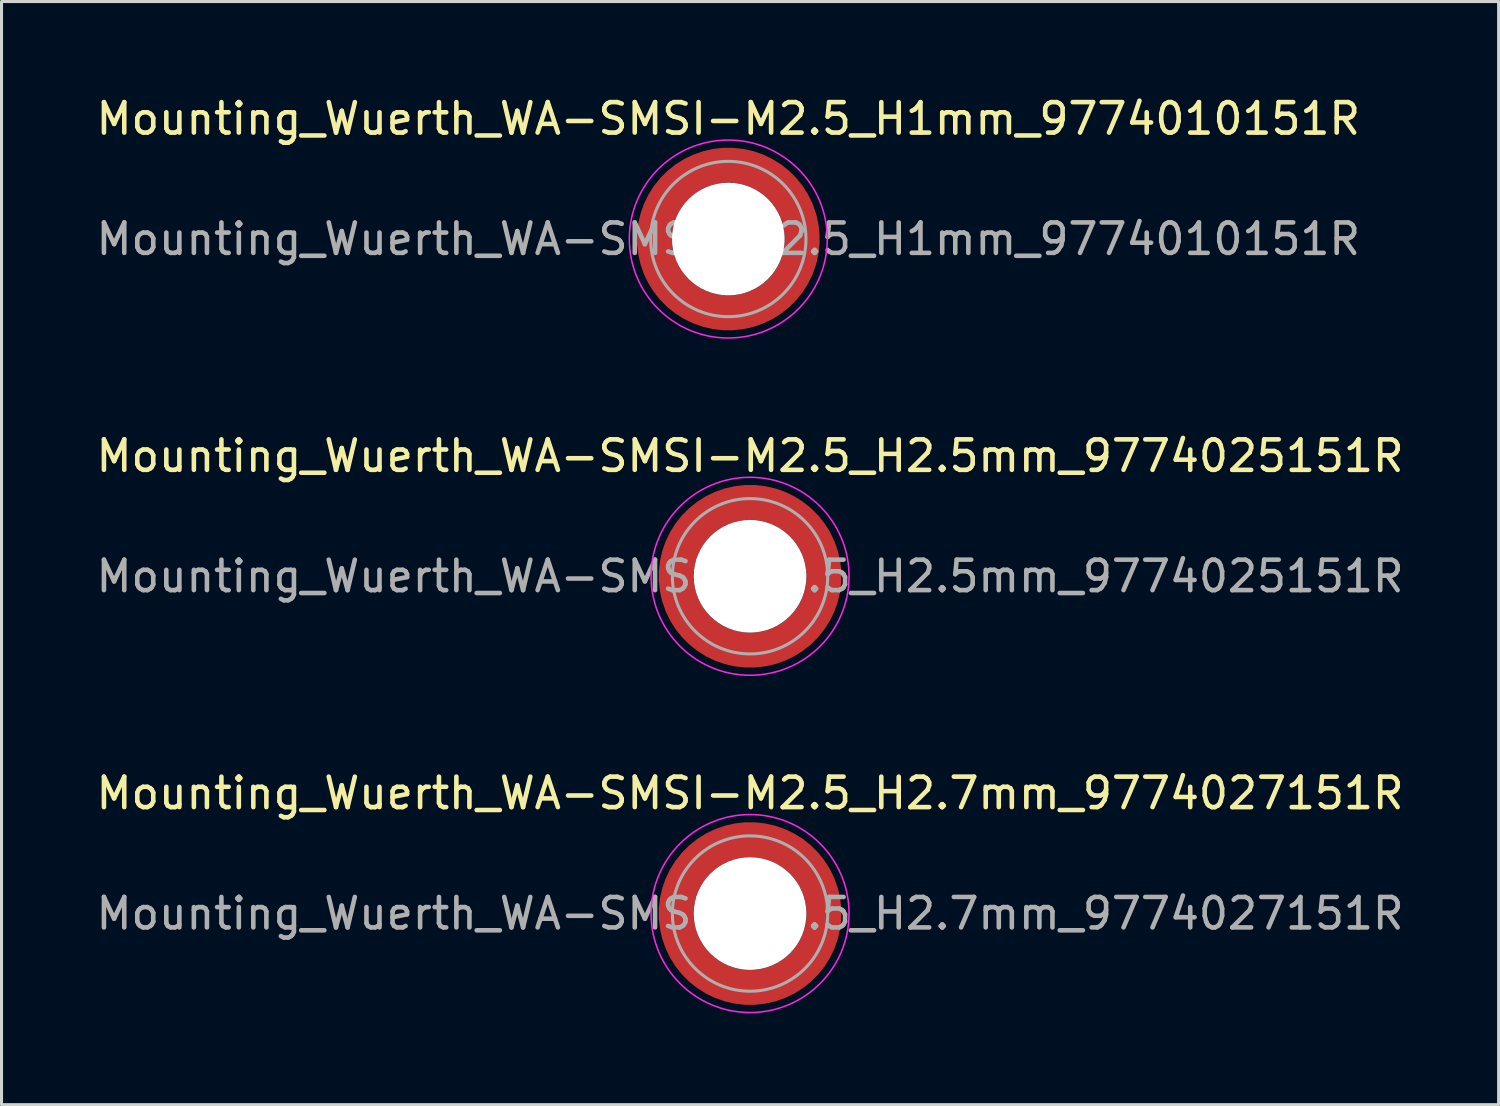
<source format=kicad_pcb>
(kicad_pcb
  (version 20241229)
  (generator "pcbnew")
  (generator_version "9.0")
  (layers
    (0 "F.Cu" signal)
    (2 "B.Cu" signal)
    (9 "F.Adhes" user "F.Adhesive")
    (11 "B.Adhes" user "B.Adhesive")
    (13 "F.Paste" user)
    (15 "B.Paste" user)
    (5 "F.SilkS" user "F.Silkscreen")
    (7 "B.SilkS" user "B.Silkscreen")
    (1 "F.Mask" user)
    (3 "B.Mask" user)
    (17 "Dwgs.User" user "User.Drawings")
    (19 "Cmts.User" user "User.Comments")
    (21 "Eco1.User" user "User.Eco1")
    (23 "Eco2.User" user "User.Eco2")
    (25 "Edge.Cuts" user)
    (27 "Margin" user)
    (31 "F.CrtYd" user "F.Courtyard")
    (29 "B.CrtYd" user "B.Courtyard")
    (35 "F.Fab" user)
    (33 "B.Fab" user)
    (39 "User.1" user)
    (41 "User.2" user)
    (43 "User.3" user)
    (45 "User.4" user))
  (footprint "Mounting_Wuerth_WA-SMSI-M2.5_H2.5mm_9774025151R"
    (layer "F.Cu")
    (at 21.577 15.871)
    (property "Reference" "Mounting_Wuerth_WA-SMSI-M2.5_H2.5mm_9774025151R" (at 0 -3.95 0) (layer "F.SilkS") (effects (font (size 1 1) (thickness 0.15))))
    (attr smd allow_soldermask_bridges)
    (fp_circle (center 0 0) (end 3.25 0) (stroke (width 0.05) (type solid)) (fill no) (layer "F.CrtYd"))
    (fp_circle (center 0 0) (end 2.55 0) (stroke (width 0.1) (type solid)) (fill no) (layer "F.Fab"))
    (fp_text user "${REFERENCE}" (at 0 0 0) (layer "F.Fab") (effects (font (size 1 1) (thickness 0.15))))
    (pad "" smd custom (at -1.704 -1.704) (size 0.51 0.51) (layers "F.Paste") (options (anchor circle)) (primitives (gr_arc (start -0.250195 1.279127) (mid 0.289914 0.289914) (end 1.279127 -0.250195) (width 0.2)) (gr_arc (start -0.34334 1.279127) (mid 0.225488 0.225488) (end 1.279127 -0.34334) (width 0.2)) (gr_arc (start -0.436309 1.279127) (mid 0.161063 0.161063) (end 1.279127 -0.436309) (width 0.2)) (gr_arc (start -0.529126 1.279127) (mid 0.096638 0.096638) (end 1.279127 -0.529126) (width 0.2)) (gr_arc (start -0.621807 1.279127) (mid 0.032213 0.032213) (end 1.279127 -0.621807) (width 0.2)) (gr_arc (start -0.71437 1.279127) (mid -0.032213 -0.032213) (end 1.279127 -0.71437) (width 0.2)) (gr_arc (start -0.806826 1.279127) (mid -0.096638 -0.096638) (end 1.279127 -0.806826) (width 0.2)) (gr_arc (start -0.899187 1.279127) (mid -0.161063 -0.161063) (end 1.279127 -0.899187) (width 0.2)) (gr_arc (start -0.991463 1.279127) (mid -0.225488 -0.225488) (end 1.279127 -0.991463) (width 0.2)) (gr_arc (start -1.083663 1.279127) (mid -0.289914 -0.289914) (end 1.279127 -1.083663) (width 0.2)) (gr_line (start 1.279 -0.25) (end 1.279 -1.084) (width 0.2)) (gr_line (start -0.25 1.279) (end -1.084 1.279) (width 0.2))))
    (pad "" smd custom (at -1.704 1.704) (size 0.51 0.51) (layers "F.Paste") (options (anchor circle)) (primitives (gr_arc (start 1.279127 0.250195) (mid 0.289914 -0.289914) (end -0.250195 -1.279127) (width 0.2)) (gr_arc (start 1.279127 0.34334) (mid 0.225488 -0.225488) (end -0.34334 -1.279127) (width 0.2)) (gr_arc (start 1.279127 0.436309) (mid 0.161063 -0.161063) (end -0.436309 -1.279127) (width 0.2)) (gr_arc (start 1.279127 0.529126) (mid 0.096638 -0.096638) (end -0.529126 -1.279127) (width 0.2)) (gr_arc (start 1.279127 0.621807) (mid 0.032213 -0.032213) (end -0.621807 -1.279127) (width 0.2)) (gr_arc (start 1.279127 0.71437) (mid -0.032213 0.032213) (end -0.71437 -1.279127) (width 0.2)) (gr_arc (start 1.279127 0.806826) (mid -0.096638 0.096638) (end -0.806826 -1.279127) (width 0.2)) (gr_arc (start 1.279127 0.899187) (mid -0.161063 0.161063) (end -0.899187 -1.279127) (width 0.2)) (gr_arc (start 1.279127 0.991463) (mid -0.225488 0.225488) (end -0.991463 -1.279127) (width 0.2)) (gr_arc (start 1.279127 1.083663) (mid -0.289914 0.289914) (end -1.083663 -1.279127) (width 0.2)) (gr_line (start -0.25 -1.279) (end -1.084 -1.279) (width 0.2)) (gr_line (start 1.279 0.25) (end 1.279 1.084) (width 0.2))))
    (pad "" np_thru_hole circle (at 0 0) (size 3.7 3.7) (drill 3.7) (layers "*.Cu" "*.Mask"))
    (pad "" smd custom (at 1.704 -1.704) (size 0.51 0.51) (layers "F.Paste") (options (anchor circle)) (primitives (gr_arc (start -1.279127 -0.250195) (mid -0.289914 0.289914) (end 0.250195 1.279127) (width 0.2)) (gr_arc (start -1.279127 -0.34334) (mid -0.225488 0.225488) (end 0.34334 1.279127) (width 0.2)) (gr_arc (start -1.279127 -0.436309) (mid -0.161063 0.161063) (end 0.436309 1.279127) (width 0.2)) (gr_arc (start -1.279127 -0.529126) (mid -0.096638 0.096638) (end 0.529126 1.279127) (width 0.2)) (gr_arc (start -1.279127 -0.621807) (mid -0.032213 0.032213) (end 0.621807 1.279127) (width 0.2)) (gr_arc (start -1.279127 -0.71437) (mid 0.032213 -0.032213) (end 0.71437 1.279127) (width 0.2)) (gr_arc (start -1.279127 -0.806826) (mid 0.096638 -0.096638) (end 0.806826 1.279127) (width 0.2)) (gr_arc (start -1.279127 -0.899187) (mid 0.161063 -0.161063) (end 0.899187 1.279127) (width 0.2)) (gr_arc (start -1.279127 -0.991463) (mid 0.225488 -0.225488) (end 0.991463 1.279127) (width 0.2)) (gr_arc (start -1.279127 -1.083663) (mid 0.289914 -0.289914) (end 1.083663 1.279127) (width 0.2)) (gr_line (start 0.25 1.279) (end 1.084 1.279) (width 0.2)) (gr_line (start -1.279 -0.25) (end -1.279 -1.084) (width 0.2))))
    (pad "" smd custom (at 1.704 1.704) (size 0.51 0.51) (layers "F.Paste") (options (anchor circle)) (primitives (gr_arc (start 0.250195 -1.279127) (mid -0.289914 -0.289914) (end -1.279127 0.250195) (width 0.2)) (gr_arc (start 0.34334 -1.279127) (mid -0.225488 -0.225488) (end -1.279127 0.34334) (width 0.2)) (gr_arc (start 0.436309 -1.279127) (mid -0.161063 -0.161063) (end -1.279127 0.436309) (width 0.2)) (gr_arc (start 0.529126 -1.279127) (mid -0.096638 -0.096638) (end -1.279127 0.529126) (width 0.2)) (gr_arc (start 0.621807 -1.279127) (mid -0.032213 -0.032213) (end -1.279127 0.621807) (width 0.2)) (gr_arc (start 0.71437 -1.279127) (mid 0.032213 0.032213) (end -1.279127 0.71437) (width 0.2)) (gr_arc (start 0.806826 -1.279127) (mid 0.096638 0.096638) (end -1.279127 0.806826) (width 0.2)) (gr_arc (start 0.899187 -1.279127) (mid 0.161063 0.161063) (end -1.279127 0.899187) (width 0.2)) (gr_arc (start 0.991463 -1.279127) (mid 0.225488 0.225488) (end -1.279127 0.991463) (width 0.2)) (gr_arc (start 1.083663 -1.279127) (mid 0.289914 0.289914) (end -1.279127 1.083663) (width 0.2)) (gr_line (start -1.279 0.25) (end -1.279 1.084) (width 0.2)) (gr_line (start 0.25 -1.279) (end 1.084 -1.279) (width 0.2))))
    (pad "1" smd circle (at -2.425 0) (size 0.642 0.642) (layers "F.Cu"))
    (pad "1" smd circle (at 0 -2.425) (size 0.642 0.642) (layers "F.Cu"))
    (pad "1" smd circle (at 0 2.425) (size 0.642 0.642) (layers "F.Cu"))
    (pad "1" smd custom (at 2.425 0) (size 1.15 1.15) (layers "F.Cu" "F.Mask") (options (anchor circle)) (primitives (gr_circle (center -2.425 0) (end 0 0) (width 1.15) (fill no)))))
  (footprint "Mounting_Wuerth_WA-SMSI-M2.5_H2.7mm_9774027151R"
    (layer "F.Cu")
    (at 21.577 26.945)
    (property "Reference" "Mounting_Wuerth_WA-SMSI-M2.5_H2.7mm_9774027151R" (at 0 -3.95 0) (layer "F.SilkS") (effects (font (size 1 1) (thickness 0.15))))
    (attr smd allow_soldermask_bridges)
    (fp_circle (center 0 0) (end 3.25 0) (stroke (width 0.05) (type solid)) (fill no) (layer "F.CrtYd"))
    (fp_circle (center 0 0) (end 2.55 0) (stroke (width 0.1) (type solid)) (fill no) (layer "F.Fab"))
    (fp_text user "${REFERENCE}" (at 0 0 0) (layer "F.Fab") (effects (font (size 1 1) (thickness 0.15))))
    (pad "" smd custom (at -1.704 -1.704) (size 0.51 0.51) (layers "F.Paste") (options (anchor circle)) (primitives (gr_arc (start -0.250195 1.279127) (mid 0.289914 0.289914) (end 1.279127 -0.250195) (width 0.2)) (gr_arc (start -0.34334 1.279127) (mid 0.225488 0.225488) (end 1.279127 -0.34334) (width 0.2)) (gr_arc (start -0.436309 1.279127) (mid 0.161063 0.161063) (end 1.279127 -0.436309) (width 0.2)) (gr_arc (start -0.529126 1.279127) (mid 0.096638 0.096638) (end 1.279127 -0.529126) (width 0.2)) (gr_arc (start -0.621807 1.279127) (mid 0.032213 0.032213) (end 1.279127 -0.621807) (width 0.2)) (gr_arc (start -0.71437 1.279127) (mid -0.032213 -0.032213) (end 1.279127 -0.71437) (width 0.2)) (gr_arc (start -0.806826 1.279127) (mid -0.096638 -0.096638) (end 1.279127 -0.806826) (width 0.2)) (gr_arc (start -0.899187 1.279127) (mid -0.161063 -0.161063) (end 1.279127 -0.899187) (width 0.2)) (gr_arc (start -0.991463 1.279127) (mid -0.225488 -0.225488) (end 1.279127 -0.991463) (width 0.2)) (gr_arc (start -1.083663 1.279127) (mid -0.289914 -0.289914) (end 1.279127 -1.083663) (width 0.2)) (gr_line (start 1.279 -0.25) (end 1.279 -1.084) (width 0.2)) (gr_line (start -0.25 1.279) (end -1.084 1.279) (width 0.2))))
    (pad "" smd custom (at -1.704 1.704) (size 0.51 0.51) (layers "F.Paste") (options (anchor circle)) (primitives (gr_arc (start 1.279127 0.250195) (mid 0.289914 -0.289914) (end -0.250195 -1.279127) (width 0.2)) (gr_arc (start 1.279127 0.34334) (mid 0.225488 -0.225488) (end -0.34334 -1.279127) (width 0.2)) (gr_arc (start 1.279127 0.436309) (mid 0.161063 -0.161063) (end -0.436309 -1.279127) (width 0.2)) (gr_arc (start 1.279127 0.529126) (mid 0.096638 -0.096638) (end -0.529126 -1.279127) (width 0.2)) (gr_arc (start 1.279127 0.621807) (mid 0.032213 -0.032213) (end -0.621807 -1.279127) (width 0.2)) (gr_arc (start 1.279127 0.71437) (mid -0.032213 0.032213) (end -0.71437 -1.279127) (width 0.2)) (gr_arc (start 1.279127 0.806826) (mid -0.096638 0.096638) (end -0.806826 -1.279127) (width 0.2)) (gr_arc (start 1.279127 0.899187) (mid -0.161063 0.161063) (end -0.899187 -1.279127) (width 0.2)) (gr_arc (start 1.279127 0.991463) (mid -0.225488 0.225488) (end -0.991463 -1.279127) (width 0.2)) (gr_arc (start 1.279127 1.083663) (mid -0.289914 0.289914) (end -1.083663 -1.279127) (width 0.2)) (gr_line (start -0.25 -1.279) (end -1.084 -1.279) (width 0.2)) (gr_line (start 1.279 0.25) (end 1.279 1.084) (width 0.2))))
    (pad "" np_thru_hole circle (at 0 0) (size 3.7 3.7) (drill 3.7) (layers "*.Cu" "*.Mask"))
    (pad "" smd custom (at 1.704 -1.704) (size 0.51 0.51) (layers "F.Paste") (options (anchor circle)) (primitives (gr_arc (start -1.279127 -0.250195) (mid -0.289914 0.289914) (end 0.250195 1.279127) (width 0.2)) (gr_arc (start -1.279127 -0.34334) (mid -0.225488 0.225488) (end 0.34334 1.279127) (width 0.2)) (gr_arc (start -1.279127 -0.436309) (mid -0.161063 0.161063) (end 0.436309 1.279127) (width 0.2)) (gr_arc (start -1.279127 -0.529126) (mid -0.096638 0.096638) (end 0.529126 1.279127) (width 0.2)) (gr_arc (start -1.279127 -0.621807) (mid -0.032213 0.032213) (end 0.621807 1.279127) (width 0.2)) (gr_arc (start -1.279127 -0.71437) (mid 0.032213 -0.032213) (end 0.71437 1.279127) (width 0.2)) (gr_arc (start -1.279127 -0.806826) (mid 0.096638 -0.096638) (end 0.806826 1.279127) (width 0.2)) (gr_arc (start -1.279127 -0.899187) (mid 0.161063 -0.161063) (end 0.899187 1.279127) (width 0.2)) (gr_arc (start -1.279127 -0.991463) (mid 0.225488 -0.225488) (end 0.991463 1.279127) (width 0.2)) (gr_arc (start -1.279127 -1.083663) (mid 0.289914 -0.289914) (end 1.083663 1.279127) (width 0.2)) (gr_line (start 0.25 1.279) (end 1.084 1.279) (width 0.2)) (gr_line (start -1.279 -0.25) (end -1.279 -1.084) (width 0.2))))
    (pad "" smd custom (at 1.704 1.704) (size 0.51 0.51) (layers "F.Paste") (options (anchor circle)) (primitives (gr_arc (start 0.250195 -1.279127) (mid -0.289914 -0.289914) (end -1.279127 0.250195) (width 0.2)) (gr_arc (start 0.34334 -1.279127) (mid -0.225488 -0.225488) (end -1.279127 0.34334) (width 0.2)) (gr_arc (start 0.436309 -1.279127) (mid -0.161063 -0.161063) (end -1.279127 0.436309) (width 0.2)) (gr_arc (start 0.529126 -1.279127) (mid -0.096638 -0.096638) (end -1.279127 0.529126) (width 0.2)) (gr_arc (start 0.621807 -1.279127) (mid -0.032213 -0.032213) (end -1.279127 0.621807) (width 0.2)) (gr_arc (start 0.71437 -1.279127) (mid 0.032213 0.032213) (end -1.279127 0.71437) (width 0.2)) (gr_arc (start 0.806826 -1.279127) (mid 0.096638 0.096638) (end -1.279127 0.806826) (width 0.2)) (gr_arc (start 0.899187 -1.279127) (mid 0.161063 0.161063) (end -1.279127 0.899187) (width 0.2)) (gr_arc (start 0.991463 -1.279127) (mid 0.225488 0.225488) (end -1.279127 0.991463) (width 0.2)) (gr_arc (start 1.083663 -1.279127) (mid 0.289914 0.289914) (end -1.279127 1.083663) (width 0.2)) (gr_line (start -1.279 0.25) (end -1.279 1.084) (width 0.2)) (gr_line (start 0.25 -1.279) (end 1.084 -1.279) (width 0.2))))
    (pad "1" smd circle (at -2.425 0) (size 0.642 0.642) (layers "F.Cu"))
    (pad "1" smd circle (at 0 -2.425) (size 0.642 0.642) (layers "F.Cu"))
    (pad "1" smd circle (at 0 2.425) (size 0.642 0.642) (layers "F.Cu"))
    (pad "1" smd custom (at 2.425 0) (size 1.15 1.15) (layers "F.Cu" "F.Mask") (options (anchor circle)) (primitives (gr_circle (center -2.425 0) (end 0 0) (width 1.15) (fill no)))))
  (footprint "Mounting_Wuerth_WA-SMSI-M2.5_H1mm_9774010151R"
    (layer "F.Cu")
    (at 20.863 4.798)
    (property "Reference" "Mounting_Wuerth_WA-SMSI-M2.5_H1mm_9774010151R" (at 0 -3.95 0) (layer "F.SilkS") (effects (font (size 1 1) (thickness 0.15))))
    (attr smd allow_soldermask_bridges)
    (fp_circle (center 0 0) (end 3.25 0) (stroke (width 0.05) (type solid)) (fill no) (layer "F.CrtYd"))
    (fp_circle (center 0 0) (end 2.55 0) (stroke (width 0.1) (type solid)) (fill no) (layer "F.Fab"))
    (fp_text user "${REFERENCE}" (at 0 0 0) (layer "F.Fab") (effects (font (size 1 1) (thickness 0.15))))
    (pad "" smd custom (at -1.704 -1.704) (size 0.51 0.51) (layers "F.Paste") (options (anchor circle)) (primitives (gr_arc (start -0.250195 1.279127) (mid 0.289914 0.289914) (end 1.279127 -0.250195) (width 0.2)) (gr_arc (start -0.34334 1.279127) (mid 0.225488 0.225488) (end 1.279127 -0.34334) (width 0.2)) (gr_arc (start -0.436309 1.279127) (mid 0.161063 0.161063) (end 1.279127 -0.436309) (width 0.2)) (gr_arc (start -0.529126 1.279127) (mid 0.096638 0.096638) (end 1.279127 -0.529126) (width 0.2)) (gr_arc (start -0.621807 1.279127) (mid 0.032213 0.032213) (end 1.279127 -0.621807) (width 0.2)) (gr_arc (start -0.71437 1.279127) (mid -0.032213 -0.032213) (end 1.279127 -0.71437) (width 0.2)) (gr_arc (start -0.806826 1.279127) (mid -0.096638 -0.096638) (end 1.279127 -0.806826) (width 0.2)) (gr_arc (start -0.899187 1.279127) (mid -0.161063 -0.161063) (end 1.279127 -0.899187) (width 0.2)) (gr_arc (start -0.991463 1.279127) (mid -0.225488 -0.225488) (end 1.279127 -0.991463) (width 0.2)) (gr_arc (start -1.083663 1.279127) (mid -0.289914 -0.289914) (end 1.279127 -1.083663) (width 0.2)) (gr_line (start 1.279 -0.25) (end 1.279 -1.084) (width 0.2)) (gr_line (start -0.25 1.279) (end -1.084 1.279) (width 0.2))))
    (pad "" smd custom (at -1.704 1.704) (size 0.51 0.51) (layers "F.Paste") (options (anchor circle)) (primitives (gr_arc (start 1.279127 0.250195) (mid 0.289914 -0.289914) (end -0.250195 -1.279127) (width 0.2)) (gr_arc (start 1.279127 0.34334) (mid 0.225488 -0.225488) (end -0.34334 -1.279127) (width 0.2)) (gr_arc (start 1.279127 0.436309) (mid 0.161063 -0.161063) (end -0.436309 -1.279127) (width 0.2)) (gr_arc (start 1.279127 0.529126) (mid 0.096638 -0.096638) (end -0.529126 -1.279127) (width 0.2)) (gr_arc (start 1.279127 0.621807) (mid 0.032213 -0.032213) (end -0.621807 -1.279127) (width 0.2)) (gr_arc (start 1.279127 0.71437) (mid -0.032213 0.032213) (end -0.71437 -1.279127) (width 0.2)) (gr_arc (start 1.279127 0.806826) (mid -0.096638 0.096638) (end -0.806826 -1.279127) (width 0.2)) (gr_arc (start 1.279127 0.899187) (mid -0.161063 0.161063) (end -0.899187 -1.279127) (width 0.2)) (gr_arc (start 1.279127 0.991463) (mid -0.225488 0.225488) (end -0.991463 -1.279127) (width 0.2)) (gr_arc (start 1.279127 1.083663) (mid -0.289914 0.289914) (end -1.083663 -1.279127) (width 0.2)) (gr_line (start -0.25 -1.279) (end -1.084 -1.279) (width 0.2)) (gr_line (start 1.279 0.25) (end 1.279 1.084) (width 0.2))))
    (pad "" np_thru_hole circle (at 0 0) (size 3.7 3.7) (drill 3.7) (layers "*.Cu" "*.Mask"))
    (pad "" smd custom (at 1.704 -1.704) (size 0.51 0.51) (layers "F.Paste") (options (anchor circle)) (primitives (gr_arc (start -1.279127 -0.250195) (mid -0.289914 0.289914) (end 0.250195 1.279127) (width 0.2)) (gr_arc (start -1.279127 -0.34334) (mid -0.225488 0.225488) (end 0.34334 1.279127) (width 0.2)) (gr_arc (start -1.279127 -0.436309) (mid -0.161063 0.161063) (end 0.436309 1.279127) (width 0.2)) (gr_arc (start -1.279127 -0.529126) (mid -0.096638 0.096638) (end 0.529126 1.279127) (width 0.2)) (gr_arc (start -1.279127 -0.621807) (mid -0.032213 0.032213) (end 0.621807 1.279127) (width 0.2)) (gr_arc (start -1.279127 -0.71437) (mid 0.032213 -0.032213) (end 0.71437 1.279127) (width 0.2)) (gr_arc (start -1.279127 -0.806826) (mid 0.096638 -0.096638) (end 0.806826 1.279127) (width 0.2)) (gr_arc (start -1.279127 -0.899187) (mid 0.161063 -0.161063) (end 0.899187 1.279127) (width 0.2)) (gr_arc (start -1.279127 -0.991463) (mid 0.225488 -0.225488) (end 0.991463 1.279127) (width 0.2)) (gr_arc (start -1.279127 -1.083663) (mid 0.289914 -0.289914) (end 1.083663 1.279127) (width 0.2)) (gr_line (start 0.25 1.279) (end 1.084 1.279) (width 0.2)) (gr_line (start -1.279 -0.25) (end -1.279 -1.084) (width 0.2))))
    (pad "" smd custom (at 1.704 1.704) (size 0.51 0.51) (layers "F.Paste") (options (anchor circle)) (primitives (gr_arc (start 0.250195 -1.279127) (mid -0.289914 -0.289914) (end -1.279127 0.250195) (width 0.2)) (gr_arc (start 0.34334 -1.279127) (mid -0.225488 -0.225488) (end -1.279127 0.34334) (width 0.2)) (gr_arc (start 0.436309 -1.279127) (mid -0.161063 -0.161063) (end -1.279127 0.436309) (width 0.2)) (gr_arc (start 0.529126 -1.279127) (mid -0.096638 -0.096638) (end -1.279127 0.529126) (width 0.2)) (gr_arc (start 0.621807 -1.279127) (mid -0.032213 -0.032213) (end -1.279127 0.621807) (width 0.2)) (gr_arc (start 0.71437 -1.279127) (mid 0.032213 0.032213) (end -1.279127 0.71437) (width 0.2)) (gr_arc (start 0.806826 -1.279127) (mid 0.096638 0.096638) (end -1.279127 0.806826) (width 0.2)) (gr_arc (start 0.899187 -1.279127) (mid 0.161063 0.161063) (end -1.279127 0.899187) (width 0.2)) (gr_arc (start 0.991463 -1.279127) (mid 0.225488 0.225488) (end -1.279127 0.991463) (width 0.2)) (gr_arc (start 1.083663 -1.279127) (mid 0.289914 0.289914) (end -1.279127 1.083663) (width 0.2)) (gr_line (start -1.279 0.25) (end -1.279 1.084) (width 0.2)) (gr_line (start 0.25 -1.279) (end 1.084 -1.279) (width 0.2))))
    (pad "1" smd circle (at -2.425 0) (size 0.642 0.642) (layers "F.Cu"))
    (pad "1" smd circle (at 0 -2.425) (size 0.642 0.642) (layers "F.Cu"))
    (pad "1" smd circle (at 0 2.425) (size 0.642 0.642) (layers "F.Cu"))
    (pad "1" smd custom (at 2.425 0) (size 1.15 1.15) (layers "F.Cu" "F.Mask") (options (anchor circle)) (primitives (gr_circle (center -2.425 0) (end 0 0) (width 1.15) (fill no)))))
  (gr_rect
    (start -3 -3)
    (end 46.155 33.22)
    (stroke (width 0.1) (type default))
    (fill no)
    (layer "Edge.Cuts")))
</source>
